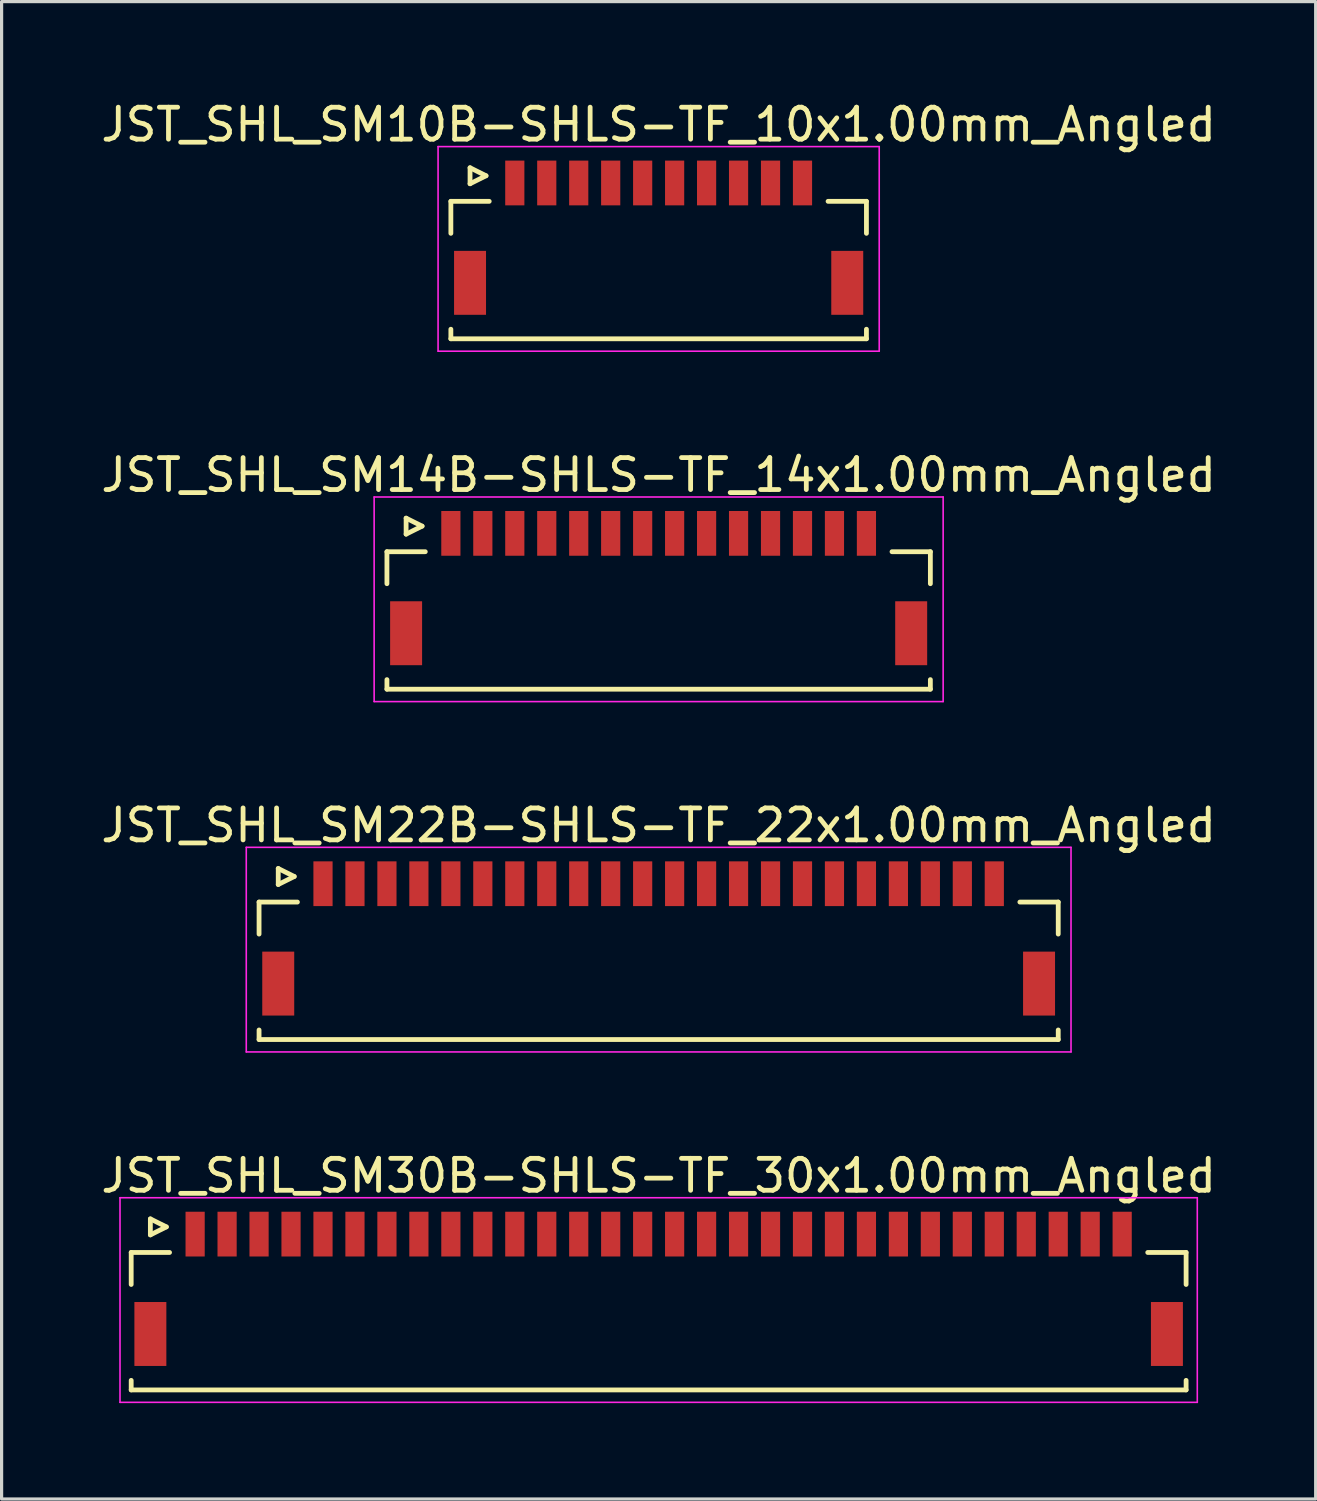
<source format=kicad_pcb>
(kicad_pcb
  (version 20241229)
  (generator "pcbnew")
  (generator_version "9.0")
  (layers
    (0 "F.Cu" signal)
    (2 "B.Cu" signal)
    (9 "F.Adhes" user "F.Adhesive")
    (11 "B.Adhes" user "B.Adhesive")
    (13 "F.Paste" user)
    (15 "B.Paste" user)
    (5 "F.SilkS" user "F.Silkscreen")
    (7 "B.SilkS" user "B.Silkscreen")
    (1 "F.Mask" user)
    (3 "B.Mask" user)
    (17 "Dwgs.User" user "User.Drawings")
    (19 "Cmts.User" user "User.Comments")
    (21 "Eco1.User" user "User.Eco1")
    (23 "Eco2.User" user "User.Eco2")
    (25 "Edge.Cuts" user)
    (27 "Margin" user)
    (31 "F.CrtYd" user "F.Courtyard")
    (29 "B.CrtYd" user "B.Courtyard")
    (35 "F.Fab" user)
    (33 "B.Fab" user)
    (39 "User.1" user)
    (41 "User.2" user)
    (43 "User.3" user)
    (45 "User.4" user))
  (footprint "JST_SHL_SM30B-SHLS-TF_30x1.00mm_Angled"
    (layer "F.Cu")
    (at 17.554 37.118)
    (property "Reference" "JST_SHL_SM30B-SHLS-TF_30x1.00mm_Angled" (at 0 -3.388 0) (layer "F.SilkS") (effects (font (size 1 1) (thickness 0.15))))
    (attr smd)
    (fp_line (start -16.5 -0.988) (end -15.3 -0.988) (stroke (width 0.15) (type solid)) (layer "F.SilkS"))
    (fp_line (start -16.5 0.013) (end -16.5 -0.988) (stroke (width 0.15) (type solid)) (layer "F.SilkS"))
    (fp_line (start -16.5 3.013) (end -16.5 3.312) (stroke (width 0.15) (type solid)) (layer "F.SilkS"))
    (fp_line (start -16.5 3.312) (end 16.5 3.312) (stroke (width 0.15) (type solid)) (layer "F.SilkS"))
    (fp_line (start -15.9 -2.038) (end -15.9 -1.538) (stroke (width 0.15) (type solid)) (layer "F.SilkS"))
    (fp_line (start -15.9 -1.538) (end -15.4 -1.788) (stroke (width 0.15) (type solid)) (layer "F.SilkS"))
    (fp_line (start -15.4 -1.788) (end -15.9 -2.038) (stroke (width 0.15) (type solid)) (layer "F.SilkS"))
    (fp_line (start 16.5 -0.988) (end 15.3 -0.988) (stroke (width 0.15) (type solid)) (layer "F.SilkS"))
    (fp_line (start 16.5 0.013) (end 16.5 -0.988) (stroke (width 0.15) (type solid)) (layer "F.SilkS"))
    (fp_line (start 16.5 3.312) (end 16.5 3.013) (stroke (width 0.15) (type solid)) (layer "F.SilkS"))
    (fp_line (start -16.85 -2.7) (end -16.85 3.7) (stroke (width 0.05) (type solid)) (layer "F.CrtYd"))
    (fp_line (start -16.85 3.7) (end 16.85 3.7) (stroke (width 0.05) (type solid)) (layer "F.CrtYd"))
    (fp_line (start 16.85 -2.7) (end -16.85 -2.7) (stroke (width 0.05) (type solid)) (layer "F.CrtYd"))
    (fp_line (start 16.85 3.7) (end 16.85 -2.7) (stroke (width 0.05) (type solid)) (layer "F.CrtYd"))
    (pad "" smd rect (at -15.9 1.562) (size 1 2) (layers "F.Cu" "F.Mask" "F.Paste"))
    (pad "" smd rect (at 15.9 1.562) (size 1 2) (layers "F.Cu" "F.Mask" "F.Paste"))
    (pad "1" smd rect (at -14.5 -1.562) (size 0.6 1.4) (layers "F.Cu" "F.Mask" "F.Paste"))
    (pad "2" smd rect (at -13.5 -1.562) (size 0.6 1.4) (layers "F.Cu" "F.Mask" "F.Paste"))
    (pad "3" smd rect (at -12.5 -1.562) (size 0.6 1.4) (layers "F.Cu" "F.Mask" "F.Paste"))
    (pad "4" smd rect (at -11.5 -1.562) (size 0.6 1.4) (layers "F.Cu" "F.Mask" "F.Paste"))
    (pad "5" smd rect (at -10.5 -1.562) (size 0.6 1.4) (layers "F.Cu" "F.Mask" "F.Paste"))
    (pad "6" smd rect (at -9.5 -1.562) (size 0.6 1.4) (layers "F.Cu" "F.Mask" "F.Paste"))
    (pad "7" smd rect (at -8.5 -1.562) (size 0.6 1.4) (layers "F.Cu" "F.Mask" "F.Paste"))
    (pad "8" smd rect (at -7.5 -1.562) (size 0.6 1.4) (layers "F.Cu" "F.Mask" "F.Paste"))
    (pad "9" smd rect (at -6.5 -1.562) (size 0.6 1.4) (layers "F.Cu" "F.Mask" "F.Paste"))
    (pad "10" smd rect (at -5.5 -1.562) (size 0.6 1.4) (layers "F.Cu" "F.Mask" "F.Paste"))
    (pad "11" smd rect (at -4.5 -1.562) (size 0.6 1.4) (layers "F.Cu" "F.Mask" "F.Paste"))
    (pad "12" smd rect (at -3.5 -1.562) (size 0.6 1.4) (layers "F.Cu" "F.Mask" "F.Paste"))
    (pad "13" smd rect (at -2.5 -1.562) (size 0.6 1.4) (layers "F.Cu" "F.Mask" "F.Paste"))
    (pad "14" smd rect (at -1.5 -1.562) (size 0.6 1.4) (layers "F.Cu" "F.Mask" "F.Paste"))
    (pad "15" smd rect (at -0.5 -1.562) (size 0.6 1.4) (layers "F.Cu" "F.Mask" "F.Paste"))
    (pad "16" smd rect (at 0.5 -1.562) (size 0.6 1.4) (layers "F.Cu" "F.Mask" "F.Paste"))
    (pad "17" smd rect (at 1.5 -1.562) (size 0.6 1.4) (layers "F.Cu" "F.Mask" "F.Paste"))
    (pad "18" smd rect (at 2.5 -1.562) (size 0.6 1.4) (layers "F.Cu" "F.Mask" "F.Paste"))
    (pad "19" smd rect (at 3.5 -1.562) (size 0.6 1.4) (layers "F.Cu" "F.Mask" "F.Paste"))
    (pad "20" smd rect (at 4.5 -1.562) (size 0.6 1.4) (layers "F.Cu" "F.Mask" "F.Paste"))
    (pad "21" smd rect (at 5.5 -1.562) (size 0.6 1.4) (layers "F.Cu" "F.Mask" "F.Paste"))
    (pad "22" smd rect (at 6.5 -1.562) (size 0.6 1.4) (layers "F.Cu" "F.Mask" "F.Paste"))
    (pad "23" smd rect (at 7.5 -1.562) (size 0.6 1.4) (layers "F.Cu" "F.Mask" "F.Paste"))
    (pad "24" smd rect (at 8.5 -1.562) (size 0.6 1.4) (layers "F.Cu" "F.Mask" "F.Paste"))
    (pad "25" smd rect (at 9.5 -1.562) (size 0.6 1.4) (layers "F.Cu" "F.Mask" "F.Paste"))
    (pad "26" smd rect (at 10.5 -1.562) (size 0.6 1.4) (layers "F.Cu" "F.Mask" "F.Paste"))
    (pad "27" smd rect (at 11.5 -1.562) (size 0.6 1.4) (layers "F.Cu" "F.Mask" "F.Paste"))
    (pad "28" smd rect (at 12.5 -1.562) (size 0.6 1.4) (layers "F.Cu" "F.Mask" "F.Paste"))
    (pad "29" smd rect (at 13.5 -1.562) (size 0.6 1.4) (layers "F.Cu" "F.Mask" "F.Paste"))
    (pad "30" smd rect (at 14.5 -1.562) (size 0.6 1.4) (layers "F.Cu" "F.Mask" "F.Paste")))
  (footprint "JST_SHL_SM14B-SHLS-TF_14x1.00mm_Angled"
    (layer "F.Cu")
    (at 17.554 15.197)
    (property "Reference" "JST_SHL_SM14B-SHLS-TF_14x1.00mm_Angled" (at 0 -3.388 0) (layer "F.SilkS") (effects (font (size 1 1) (thickness 0.15))))
    (attr smd)
    (fp_line (start -8.5 -0.988) (end -7.3 -0.988) (stroke (width 0.15) (type solid)) (layer "F.SilkS"))
    (fp_line (start -8.5 0.013) (end -8.5 -0.988) (stroke (width 0.15) (type solid)) (layer "F.SilkS"))
    (fp_line (start -8.5 3.013) (end -8.5 3.312) (stroke (width 0.15) (type solid)) (layer "F.SilkS"))
    (fp_line (start -8.5 3.312) (end 8.5 3.312) (stroke (width 0.15) (type solid)) (layer "F.SilkS"))
    (fp_line (start -7.9 -2.038) (end -7.9 -1.538) (stroke (width 0.15) (type solid)) (layer "F.SilkS"))
    (fp_line (start -7.9 -1.538) (end -7.4 -1.788) (stroke (width 0.15) (type solid)) (layer "F.SilkS"))
    (fp_line (start -7.4 -1.788) (end -7.9 -2.038) (stroke (width 0.15) (type solid)) (layer "F.SilkS"))
    (fp_line (start 8.5 -0.988) (end 7.3 -0.988) (stroke (width 0.15) (type solid)) (layer "F.SilkS"))
    (fp_line (start 8.5 0.013) (end 8.5 -0.988) (stroke (width 0.15) (type solid)) (layer "F.SilkS"))
    (fp_line (start 8.5 3.312) (end 8.5 3.013) (stroke (width 0.15) (type solid)) (layer "F.SilkS"))
    (fp_line (start -8.9 -2.7) (end -8.9 3.7) (stroke (width 0.05) (type solid)) (layer "F.CrtYd"))
    (fp_line (start -8.9 3.7) (end 8.9 3.7) (stroke (width 0.05) (type solid)) (layer "F.CrtYd"))
    (fp_line (start 8.9 -2.7) (end -8.9 -2.7) (stroke (width 0.05) (type solid)) (layer "F.CrtYd"))
    (fp_line (start 8.9 3.7) (end 8.9 -2.7) (stroke (width 0.05) (type solid)) (layer "F.CrtYd"))
    (pad "" smd rect (at -7.9 1.562) (size 1 2) (layers "F.Cu" "F.Mask" "F.Paste"))
    (pad "" smd rect (at 7.9 1.562) (size 1 2) (layers "F.Cu" "F.Mask" "F.Paste"))
    (pad "1" smd rect (at -6.5 -1.562) (size 0.6 1.4) (layers "F.Cu" "F.Mask" "F.Paste"))
    (pad "2" smd rect (at -5.5 -1.562) (size 0.6 1.4) (layers "F.Cu" "F.Mask" "F.Paste"))
    (pad "3" smd rect (at -4.5 -1.562) (size 0.6 1.4) (layers "F.Cu" "F.Mask" "F.Paste"))
    (pad "4" smd rect (at -3.5 -1.562) (size 0.6 1.4) (layers "F.Cu" "F.Mask" "F.Paste"))
    (pad "5" smd rect (at -2.5 -1.562) (size 0.6 1.4) (layers "F.Cu" "F.Mask" "F.Paste"))
    (pad "6" smd rect (at -1.5 -1.562) (size 0.6 1.4) (layers "F.Cu" "F.Mask" "F.Paste"))
    (pad "7" smd rect (at -0.5 -1.562) (size 0.6 1.4) (layers "F.Cu" "F.Mask" "F.Paste"))
    (pad "8" smd rect (at 0.5 -1.562) (size 0.6 1.4) (layers "F.Cu" "F.Mask" "F.Paste"))
    (pad "9" smd rect (at 1.5 -1.562) (size 0.6 1.4) (layers "F.Cu" "F.Mask" "F.Paste"))
    (pad "10" smd rect (at 2.5 -1.562) (size 0.6 1.4) (layers "F.Cu" "F.Mask" "F.Paste"))
    (pad "11" smd rect (at 3.5 -1.562) (size 0.6 1.4) (layers "F.Cu" "F.Mask" "F.Paste"))
    (pad "12" smd rect (at 4.5 -1.562) (size 0.6 1.4) (layers "F.Cu" "F.Mask" "F.Paste"))
    (pad "13" smd rect (at 5.5 -1.562) (size 0.6 1.4) (layers "F.Cu" "F.Mask" "F.Paste"))
    (pad "14" smd rect (at 6.5 -1.562) (size 0.6 1.4) (layers "F.Cu" "F.Mask" "F.Paste")))
  (footprint "JST_SHL_SM22B-SHLS-TF_22x1.00mm_Angled"
    (layer "F.Cu")
    (at 17.554 26.157)
    (property "Reference" "JST_SHL_SM22B-SHLS-TF_22x1.00mm_Angled" (at 0 -3.388 0) (layer "F.SilkS") (effects (font (size 1 1) (thickness 0.15))))
    (attr smd)
    (fp_line (start -12.5 -0.988) (end -11.3 -0.988) (stroke (width 0.15) (type solid)) (layer "F.SilkS"))
    (fp_line (start -12.5 0.013) (end -12.5 -0.988) (stroke (width 0.15) (type solid)) (layer "F.SilkS"))
    (fp_line (start -12.5 3.013) (end -12.5 3.312) (stroke (width 0.15) (type solid)) (layer "F.SilkS"))
    (fp_line (start -12.5 3.312) (end 12.5 3.312) (stroke (width 0.15) (type solid)) (layer "F.SilkS"))
    (fp_line (start -11.9 -2.038) (end -11.9 -1.538) (stroke (width 0.15) (type solid)) (layer "F.SilkS"))
    (fp_line (start -11.9 -1.538) (end -11.4 -1.788) (stroke (width 0.15) (type solid)) (layer "F.SilkS"))
    (fp_line (start -11.4 -1.788) (end -11.9 -2.038) (stroke (width 0.15) (type solid)) (layer "F.SilkS"))
    (fp_line (start 12.5 -0.988) (end 11.3 -0.988) (stroke (width 0.15) (type solid)) (layer "F.SilkS"))
    (fp_line (start 12.5 0.013) (end 12.5 -0.988) (stroke (width 0.15) (type solid)) (layer "F.SilkS"))
    (fp_line (start 12.5 3.312) (end 12.5 3.013) (stroke (width 0.15) (type solid)) (layer "F.SilkS"))
    (fp_line (start -12.9 -2.7) (end -12.9 3.7) (stroke (width 0.05) (type solid)) (layer "F.CrtYd"))
    (fp_line (start -12.9 3.7) (end 12.9 3.7) (stroke (width 0.05) (type solid)) (layer "F.CrtYd"))
    (fp_line (start 12.9 -2.7) (end -12.9 -2.7) (stroke (width 0.05) (type solid)) (layer "F.CrtYd"))
    (fp_line (start 12.9 3.7) (end 12.9 -2.7) (stroke (width 0.05) (type solid)) (layer "F.CrtYd"))
    (pad "" smd rect (at -11.9 1.562) (size 1 2) (layers "F.Cu" "F.Mask" "F.Paste"))
    (pad "" smd rect (at 11.9 1.562) (size 1 2) (layers "F.Cu" "F.Mask" "F.Paste"))
    (pad "1" smd rect (at -10.5 -1.562) (size 0.6 1.4) (layers "F.Cu" "F.Mask" "F.Paste"))
    (pad "2" smd rect (at -9.5 -1.562) (size 0.6 1.4) (layers "F.Cu" "F.Mask" "F.Paste"))
    (pad "3" smd rect (at -8.5 -1.562) (size 0.6 1.4) (layers "F.Cu" "F.Mask" "F.Paste"))
    (pad "4" smd rect (at -7.5 -1.562) (size 0.6 1.4) (layers "F.Cu" "F.Mask" "F.Paste"))
    (pad "5" smd rect (at -6.5 -1.562) (size 0.6 1.4) (layers "F.Cu" "F.Mask" "F.Paste"))
    (pad "6" smd rect (at -5.5 -1.562) (size 0.6 1.4) (layers "F.Cu" "F.Mask" "F.Paste"))
    (pad "7" smd rect (at -4.5 -1.562) (size 0.6 1.4) (layers "F.Cu" "F.Mask" "F.Paste"))
    (pad "8" smd rect (at -3.5 -1.562) (size 0.6 1.4) (layers "F.Cu" "F.Mask" "F.Paste"))
    (pad "9" smd rect (at -2.5 -1.562) (size 0.6 1.4) (layers "F.Cu" "F.Mask" "F.Paste"))
    (pad "10" smd rect (at -1.5 -1.562) (size 0.6 1.4) (layers "F.Cu" "F.Mask" "F.Paste"))
    (pad "11" smd rect (at -0.5 -1.562) (size 0.6 1.4) (layers "F.Cu" "F.Mask" "F.Paste"))
    (pad "12" smd rect (at 0.5 -1.562) (size 0.6 1.4) (layers "F.Cu" "F.Mask" "F.Paste"))
    (pad "13" smd rect (at 1.5 -1.562) (size 0.6 1.4) (layers "F.Cu" "F.Mask" "F.Paste"))
    (pad "14" smd rect (at 2.5 -1.562) (size 0.6 1.4) (layers "F.Cu" "F.Mask" "F.Paste"))
    (pad "15" smd rect (at 3.5 -1.562) (size 0.6 1.4) (layers "F.Cu" "F.Mask" "F.Paste"))
    (pad "16" smd rect (at 4.5 -1.562) (size 0.6 1.4) (layers "F.Cu" "F.Mask" "F.Paste"))
    (pad "17" smd rect (at 5.5 -1.562) (size 0.6 1.4) (layers "F.Cu" "F.Mask" "F.Paste"))
    (pad "18" smd rect (at 6.5 -1.562) (size 0.6 1.4) (layers "F.Cu" "F.Mask" "F.Paste"))
    (pad "19" smd rect (at 7.5 -1.562) (size 0.6 1.4) (layers "F.Cu" "F.Mask" "F.Paste"))
    (pad "20" smd rect (at 8.5 -1.562) (size 0.6 1.4) (layers "F.Cu" "F.Mask" "F.Paste"))
    (pad "21" smd rect (at 9.5 -1.562) (size 0.6 1.4) (layers "F.Cu" "F.Mask" "F.Paste"))
    (pad "22" smd rect (at 10.5 -1.562) (size 0.6 1.4) (layers "F.Cu" "F.Mask" "F.Paste")))
  (footprint "JST_SHL_SM10B-SHLS-TF_10x1.00mm_Angled"
    (layer "F.Cu")
    (at 17.554 4.236)
    (property "Reference" "JST_SHL_SM10B-SHLS-TF_10x1.00mm_Angled" (at 0 -3.388 0) (layer "F.SilkS") (effects (font (size 1 1) (thickness 0.15))))
    (attr smd)
    (fp_line (start -6.5 -0.988) (end -5.3 -0.988) (stroke (width 0.15) (type solid)) (layer "F.SilkS"))
    (fp_line (start -6.5 0.013) (end -6.5 -0.988) (stroke (width 0.15) (type solid)) (layer "F.SilkS"))
    (fp_line (start -6.5 3.013) (end -6.5 3.312) (stroke (width 0.15) (type solid)) (layer "F.SilkS"))
    (fp_line (start -6.5 3.312) (end 6.5 3.312) (stroke (width 0.15) (type solid)) (layer "F.SilkS"))
    (fp_line (start -5.9 -2.038) (end -5.9 -1.538) (stroke (width 0.15) (type solid)) (layer "F.SilkS"))
    (fp_line (start -5.9 -1.538) (end -5.4 -1.788) (stroke (width 0.15) (type solid)) (layer "F.SilkS"))
    (fp_line (start -5.4 -1.788) (end -5.9 -2.038) (stroke (width 0.15) (type solid)) (layer "F.SilkS"))
    (fp_line (start 6.5 -0.988) (end 5.3 -0.988) (stroke (width 0.15) (type solid)) (layer "F.SilkS"))
    (fp_line (start 6.5 0.013) (end 6.5 -0.988) (stroke (width 0.15) (type solid)) (layer "F.SilkS"))
    (fp_line (start 6.5 3.312) (end 6.5 3.013) (stroke (width 0.15) (type solid)) (layer "F.SilkS"))
    (fp_line (start -6.9 -2.7) (end -6.9 3.7) (stroke (width 0.05) (type solid)) (layer "F.CrtYd"))
    (fp_line (start -6.9 3.7) (end 6.9 3.7) (stroke (width 0.05) (type solid)) (layer "F.CrtYd"))
    (fp_line (start 6.9 -2.7) (end -6.9 -2.7) (stroke (width 0.05) (type solid)) (layer "F.CrtYd"))
    (fp_line (start 6.9 3.7) (end 6.9 -2.7) (stroke (width 0.05) (type solid)) (layer "F.CrtYd"))
    (pad "" smd rect (at -5.9 1.562) (size 1 2) (layers "F.Cu" "F.Mask" "F.Paste"))
    (pad "" smd rect (at 5.9 1.562) (size 1 2) (layers "F.Cu" "F.Mask" "F.Paste"))
    (pad "1" smd rect (at -4.5 -1.562) (size 0.6 1.4) (layers "F.Cu" "F.Mask" "F.Paste"))
    (pad "2" smd rect (at -3.5 -1.562) (size 0.6 1.4) (layers "F.Cu" "F.Mask" "F.Paste"))
    (pad "3" smd rect (at -2.5 -1.562) (size 0.6 1.4) (layers "F.Cu" "F.Mask" "F.Paste"))
    (pad "4" smd rect (at -1.5 -1.562) (size 0.6 1.4) (layers "F.Cu" "F.Mask" "F.Paste"))
    (pad "5" smd rect (at -0.5 -1.562) (size 0.6 1.4) (layers "F.Cu" "F.Mask" "F.Paste"))
    (pad "6" smd rect (at 0.5 -1.562) (size 0.6 1.4) (layers "F.Cu" "F.Mask" "F.Paste"))
    (pad "7" smd rect (at 1.5 -1.562) (size 0.6 1.4) (layers "F.Cu" "F.Mask" "F.Paste"))
    (pad "8" smd rect (at 2.5 -1.562) (size 0.6 1.4) (layers "F.Cu" "F.Mask" "F.Paste"))
    (pad "9" smd rect (at 3.5 -1.562) (size 0.6 1.4) (layers "F.Cu" "F.Mask" "F.Paste"))
    (pad "10" smd rect (at 4.5 -1.562) (size 0.6 1.4) (layers "F.Cu" "F.Mask" "F.Paste")))
  (gr_rect
    (start -3 -3)
    (end 38.107 43.843)
    (stroke (width 0.1) (type default))
    (fill no)
    (layer "Edge.Cuts")))
</source>
